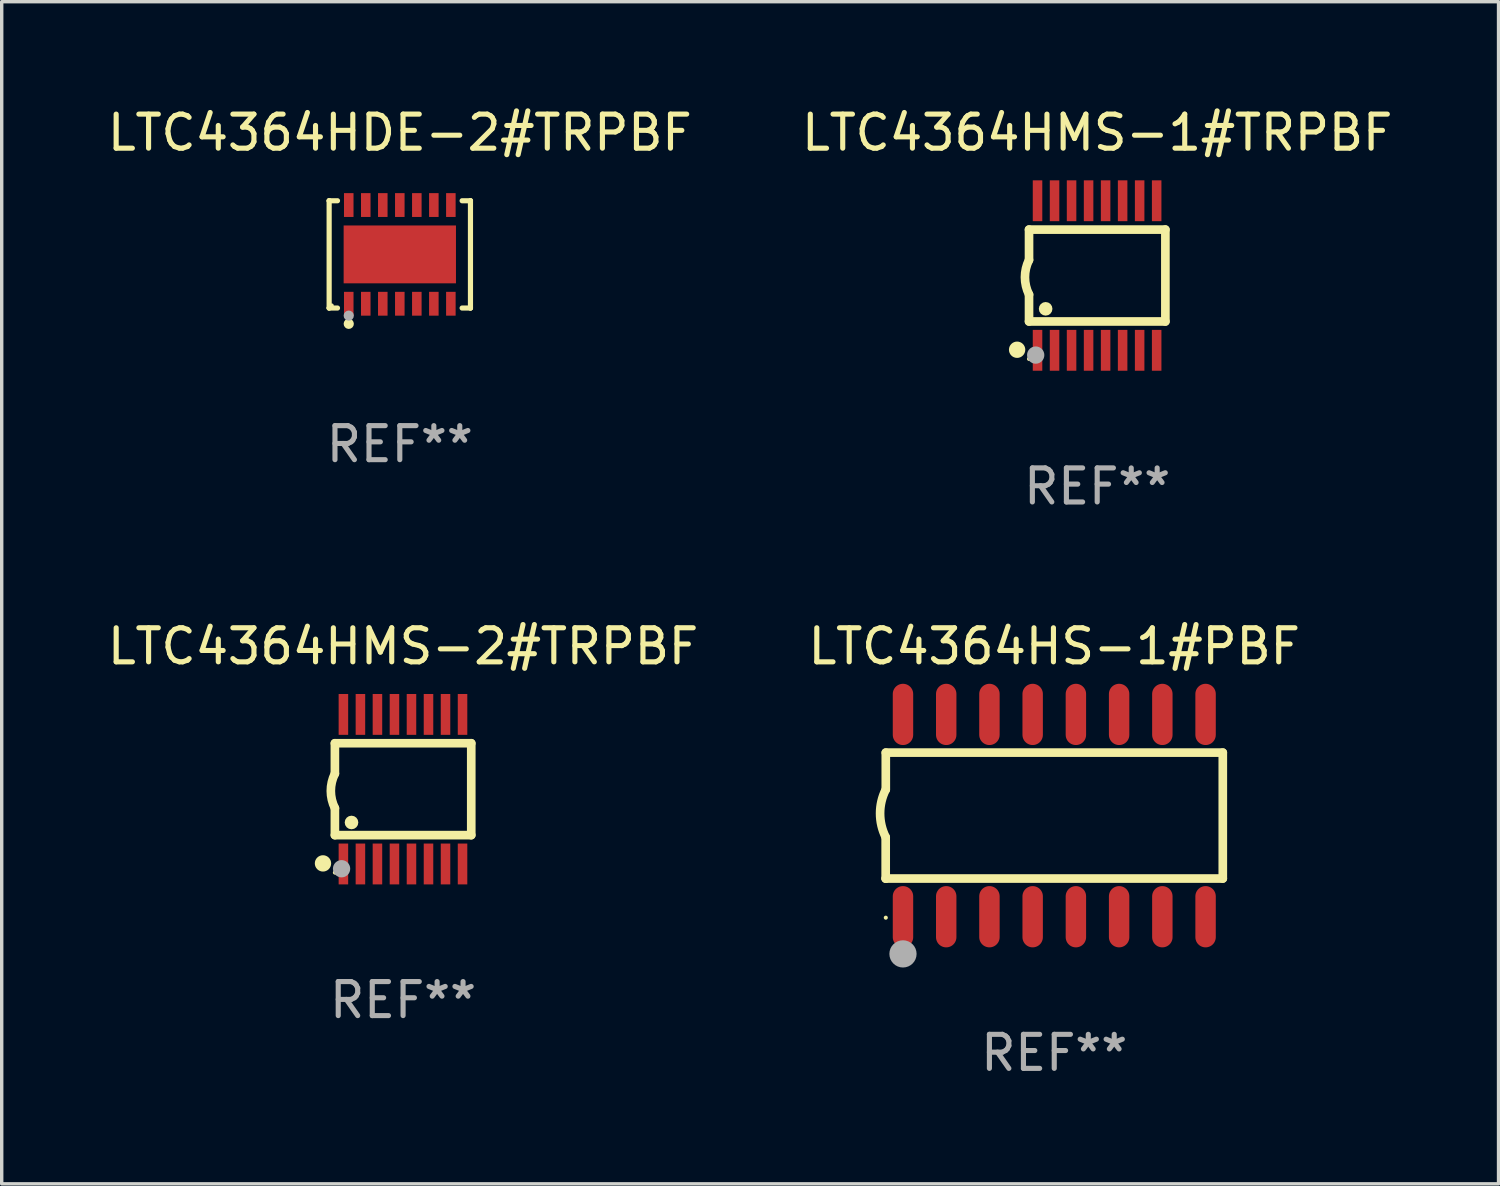
<source format=kicad_pcb>
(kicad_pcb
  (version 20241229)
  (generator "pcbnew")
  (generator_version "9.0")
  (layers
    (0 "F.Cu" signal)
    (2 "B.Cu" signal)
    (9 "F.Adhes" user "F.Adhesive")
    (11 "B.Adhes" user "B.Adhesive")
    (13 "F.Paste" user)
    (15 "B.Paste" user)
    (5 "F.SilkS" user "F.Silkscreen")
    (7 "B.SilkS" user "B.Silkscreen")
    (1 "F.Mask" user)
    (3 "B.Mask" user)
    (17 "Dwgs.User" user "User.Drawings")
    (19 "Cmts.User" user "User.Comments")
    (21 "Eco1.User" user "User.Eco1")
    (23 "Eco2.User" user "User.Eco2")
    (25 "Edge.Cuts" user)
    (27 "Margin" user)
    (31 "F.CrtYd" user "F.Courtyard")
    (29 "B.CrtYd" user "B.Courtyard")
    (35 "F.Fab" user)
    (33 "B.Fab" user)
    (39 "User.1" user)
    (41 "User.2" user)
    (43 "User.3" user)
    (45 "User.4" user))
  (footprint "LTC4364HS-1#PBF"
    (layer "F.Cu")
    (at 27.923 20.911)
    (property "Reference" "LTC4364HS-1#PBF" (at 0 -4.972 0) (layer "F.SilkS") (effects (font (size 1 1) (thickness 0.15))))
    (attr through_hole)
    (fp_line (start -4.952 0.635) (end -4.952 1.85) (stroke (width 0.254) (type solid)) (layer "F.SilkS"))
    (fp_line (start -4.952 1.85) (end -4.949 1.85) (stroke (width 0.254) (type solid)) (layer "F.SilkS"))
    (fp_line (start -4.949 -1.85) (end -4.949 -0.762) (stroke (width 0.254) (type solid)) (layer "F.SilkS"))
    (fp_line (start -4.949 1.85) (end 4.952 1.85) (stroke (width 0.254) (type solid)) (layer "F.SilkS"))
    (fp_line (start 4.952 -1.85) (end -4.949 -1.85) (stroke (width 0.254) (type solid)) (layer "F.SilkS"))
    (fp_line (start 4.952 1.85) (end 4.952 -1.85) (stroke (width 0.254) (type solid)) (layer "F.SilkS"))
    (fp_arc (start -4.951524 0.635001) (mid -5.116418 -0.0635) (end -4.951524 -0.762002) (stroke (width 0.254001) (type solid)) (layer "F.SilkS"))
    (fp_circle (center -4.949 3) (end -4.919 3) (stroke (width 0.06) (type solid)) (fill no) (layer "F.SilkS"))
    (fp_circle (center -4.444 4.064) (end -4.244 4.064) (stroke (width 0.4) (type solid)) (fill no) (layer "F.Fab"))
    (fp_text user "REF**" (at 0 6.972 0) (layer "F.Fab") (effects (font (size 1 1) (thickness 0.15))))
    (pad "1" smd oval (at -4.444 2.972 180) (size 0.6 1.8) (layers "F.Cu" "F.Mask" "F.Paste"))
    (pad "2" smd oval (at -3.174 2.972 180) (size 0.6 1.8) (layers "F.Cu" "F.Mask" "F.Paste"))
    (pad "3" smd oval (at -1.904 2.972 180) (size 0.6 1.8) (layers "F.Cu" "F.Mask" "F.Paste"))
    (pad "4" smd oval (at -0.634 2.972 180) (size 0.6 1.8) (layers "F.Cu" "F.Mask" "F.Paste"))
    (pad "5" smd oval (at 0.636 2.972 180) (size 0.6 1.8) (layers "F.Cu" "F.Mask" "F.Paste"))
    (pad "6" smd oval (at 1.906 2.972 180) (size 0.6 1.8) (layers "F.Cu" "F.Mask" "F.Paste"))
    (pad "7" smd oval (at 3.176 2.972 180) (size 0.6 1.8) (layers "F.Cu" "F.Mask" "F.Paste"))
    (pad "8" smd oval (at 4.446 2.972 180) (size 0.6 1.8) (layers "F.Cu" "F.Mask" "F.Paste"))
    (pad "9" smd oval (at 4.446 -2.972 180) (size 0.6 1.8) (layers "F.Cu" "F.Mask" "F.Paste"))
    (pad "10" smd oval (at 3.176 -2.972 180) (size 0.6 1.8) (layers "F.Cu" "F.Mask" "F.Paste"))
    (pad "11" smd oval (at 1.906 -2.972 180) (size 0.6 1.8) (layers "F.Cu" "F.Mask" "F.Paste"))
    (pad "12" smd oval (at 0.636 -2.972 180) (size 0.6 1.8) (layers "F.Cu" "F.Mask" "F.Paste"))
    (pad "13" smd oval (at -0.634 -2.972 180) (size 0.6 1.8) (layers "F.Cu" "F.Mask" "F.Paste"))
    (pad "14" smd oval (at -1.904 -2.972 180) (size 0.6 1.8) (layers "F.Cu" "F.Mask" "F.Paste"))
    (pad "15" smd oval (at -3.174 -2.972 180) (size 0.6 1.8) (layers "F.Cu" "F.Mask" "F.Paste"))
    (pad "16" smd oval (at -4.444 -2.972 180) (size 0.6 1.8) (layers "F.Cu" "F.Mask" "F.Paste")))
  (footprint "LTC4364HDE-2#TRPBF"
    (layer "F.Cu")
    (at 8.696 4.424)
    (property "Reference" "LTC4364HDE-2#TRPBF" (at 0 -3.576 0) (layer "F.SilkS") (effects (font (size 1 1) (thickness 0.15))))
    (attr through_hole)
    (fp_line (start -2.076 -1.576) (end -2.076 -1.576) (stroke (width 0.152) (type solid)) (layer "F.SilkS"))
    (fp_line (start -2.076 -1.576) (end -1.831 -1.576) (stroke (width 0.152) (type solid)) (layer "F.SilkS"))
    (fp_line (start -2.076 1.576) (end -2.076 -1.576) (stroke (width 0.152) (type solid)) (layer "F.SilkS"))
    (fp_line (start -2.076 1.576) (end -2.076 1.576) (stroke (width 0.152) (type solid)) (layer "F.SilkS"))
    (fp_line (start -1.831 1.576) (end -2.076 1.576) (stroke (width 0.152) (type solid)) (layer "F.SilkS"))
    (fp_line (start 1.831 1.576) (end 2.076 1.576) (stroke (width 0.152) (type solid)) (layer "F.SilkS"))
    (fp_line (start 2.076 -1.576) (end 1.831 -1.576) (stroke (width 0.152) (type solid)) (layer "F.SilkS"))
    (fp_line (start 2.076 -1.576) (end 2.076 -1.576) (stroke (width 0.152) (type solid)) (layer "F.SilkS"))
    (fp_line (start 2.076 1.576) (end 2.076 -1.576) (stroke (width 0.152) (type solid)) (layer "F.SilkS"))
    (fp_line (start 2.076 1.576) (end 2.076 1.576) (stroke (width 0.152) (type solid)) (layer "F.SilkS"))
    (fp_circle (center -2 1.5) (end -1.97 1.5) (stroke (width 0.06) (type solid)) (fill no) (layer "F.SilkS"))
    (fp_circle (center -1.5 2.04) (end -1.425 2.04) (stroke (width 0.15) (type solid)) (fill no) (layer "F.SilkS"))
    (fp_circle (center -1.5 1.8) (end -1.425 1.8) (stroke (width 0.15) (type solid)) (fill no) (layer "F.Fab"))
    (fp_text user "REF**" (at 0 5.576 0) (layer "F.Fab") (effects (font (size 1 1) (thickness 0.15))))
    (pad "1" smd rect (at -1.5 1.45) (size 0.28 0.7) (layers "F.Cu" "F.Mask" "F.Paste"))
    (pad "2" smd rect (at -1 1.45) (size 0.28 0.7) (layers "F.Cu" "F.Mask" "F.Paste"))
    (pad "3" smd rect (at -0.5 1.45) (size 0.28 0.7) (layers "F.Cu" "F.Mask" "F.Paste"))
    (pad "4" smd rect (at 0 1.45) (size 0.28 0.7) (layers "F.Cu" "F.Mask" "F.Paste"))
    (pad "5" smd rect (at 0.5 1.45) (size 0.28 0.7) (layers "F.Cu" "F.Mask" "F.Paste"))
    (pad "6" smd rect (at 1 1.45) (size 0.28 0.7) (layers "F.Cu" "F.Mask" "F.Paste"))
    (pad "7" smd rect (at 1.5 1.45) (size 0.28 0.7) (layers "F.Cu" "F.Mask" "F.Paste"))
    (pad "8" smd rect (at 1.5 -1.45) (size 0.28 0.7) (layers "F.Cu" "F.Mask" "F.Paste"))
    (pad "9" smd rect (at 1 -1.45) (size 0.28 0.7) (layers "F.Cu" "F.Mask" "F.Paste"))
    (pad "10" smd rect (at 0.5 -1.45) (size 0.28 0.7) (layers "F.Cu" "F.Mask" "F.Paste"))
    (pad "11" smd rect (at 0 -1.45) (size 0.28 0.7) (layers "F.Cu" "F.Mask" "F.Paste"))
    (pad "12" smd rect (at -0.5 -1.45) (size 0.28 0.7) (layers "F.Cu" "F.Mask" "F.Paste"))
    (pad "13" smd rect (at -1 -1.45) (size 0.28 0.7) (layers "F.Cu" "F.Mask" "F.Paste"))
    (pad "14" smd rect (at -1.5 -1.45) (size 0.28 0.7) (layers "F.Cu" "F.Mask" "F.Paste"))
    (pad "15" smd rect (at 0 0) (size 3.3 1.7) (layers "F.Cu" "F.Mask" "F.Paste")))
  (footprint "LTC4364HMS-1#TRPBF"
    (layer "F.Cu")
    (at 29.185 5.045)
    (property "Reference" "LTC4364HMS-1#TRPBF" (at 0 -4.197 0) (layer "F.SilkS") (effects (font (size 1 1) (thickness 0.15))))
    (attr through_hole)
    (fp_line (start -2.003 -1.35) (end -2.003 -0.457) (stroke (width 0.254) (type solid)) (layer "F.SilkS"))
    (fp_line (start -2.003 -1.35) (end 2.003 -1.35) (stroke (width 0.254) (type solid)) (layer "F.SilkS"))
    (fp_line (start -2.003 1.35) (end -2.003 0.559) (stroke (width 0.254) (type solid)) (layer "F.SilkS"))
    (fp_line (start -2.003 1.35) (end 2.003 1.35) (stroke (width 0.254) (type solid)) (layer "F.SilkS"))
    (fp_line (start 2.003 -1.35) (end 2.003 1.35) (stroke (width 0.254) (type solid)) (layer "F.SilkS"))
    (fp_arc (start -2.002286 0.558802) (mid -2.122556 0.05092) (end -2.003302 -0.457201) (stroke (width 0.254001) (type solid)) (layer "F.SilkS"))
    (fp_circle (center -2.353 2.18) (end -2.233 2.18) (stroke (width 0.24) (type solid)) (fill no) (layer "F.SilkS"))
    (fp_circle (center -2.003 2.45) (end -1.973 2.45) (stroke (width 0.06) (type solid)) (fill no) (layer "F.SilkS"))
    (fp_circle (center -1.515 0.978) (end -1.415 0.978) (stroke (width 0.2) (type solid)) (fill no) (layer "F.SilkS"))
    (fp_circle (center -1.807 2.337) (end -1.68 2.337) (stroke (width 0.254) (type solid)) (fill no) (layer "F.Fab"))
    (fp_text user "REF**" (at 0 6.197 0) (layer "F.Fab") (effects (font (size 1 1) (thickness 0.15))))
    (pad "1" smd rect (at -1.753 2.197 90) (size 1.2 0.28) (layers "F.Cu" "F.Mask" "F.Paste"))
    (pad "2" smd rect (at -1.253 2.197 90) (size 1.2 0.28) (layers "F.Cu" "F.Mask" "F.Paste"))
    (pad "3" smd rect (at -0.753 2.197 90) (size 1.2 0.28) (layers "F.Cu" "F.Mask" "F.Paste"))
    (pad "4" smd rect (at -0.253 2.197 90) (size 1.2 0.28) (layers "F.Cu" "F.Mask" "F.Paste"))
    (pad "5" smd rect (at 0.247 2.197 90) (size 1.2 0.28) (layers "F.Cu" "F.Mask" "F.Paste"))
    (pad "6" smd rect (at 0.747 2.197 90) (size 1.2 0.28) (layers "F.Cu" "F.Mask" "F.Paste"))
    (pad "7" smd rect (at 1.247 2.197 90) (size 1.2 0.28) (layers "F.Cu" "F.Mask" "F.Paste"))
    (pad "8" smd rect (at 1.747 2.197 90) (size 1.2 0.28) (layers "F.Cu" "F.Mask" "F.Paste"))
    (pad "9" smd rect (at 1.747 -2.197 90) (size 1.2 0.28) (layers "F.Cu" "F.Mask" "F.Paste"))
    (pad "10" smd rect (at 1.247 -2.197 90) (size 1.2 0.28) (layers "F.Cu" "F.Mask" "F.Paste"))
    (pad "11" smd rect (at 0.747 -2.197 90) (size 1.2 0.28) (layers "F.Cu" "F.Mask" "F.Paste"))
    (pad "12" smd rect (at 0.247 -2.197 90) (size 1.2 0.28) (layers "F.Cu" "F.Mask" "F.Paste"))
    (pad "13" smd rect (at -0.253 -2.197 90) (size 1.2 0.28) (layers "F.Cu" "F.Mask" "F.Paste"))
    (pad "14" smd rect (at -0.753 -2.197 90) (size 1.2 0.28) (layers "F.Cu" "F.Mask" "F.Paste"))
    (pad "15" smd rect (at -1.253 -2.197 90) (size 1.2 0.28) (layers "F.Cu" "F.Mask" "F.Paste"))
    (pad "16" smd rect (at -1.753 -2.197 90) (size 1.2 0.28) (layers "F.Cu" "F.Mask" "F.Paste")))
  (footprint "LTC4364HMS-2#TRPBF"
    (layer "F.Cu")
    (at 8.792 20.136)
    (property "Reference" "LTC4364HMS-2#TRPBF" (at 0 -4.197 0) (layer "F.SilkS") (effects (font (size 1 1) (thickness 0.15))))
    (attr through_hole)
    (fp_line (start -2.003 -1.35) (end -2.003 -0.457) (stroke (width 0.254) (type solid)) (layer "F.SilkS"))
    (fp_line (start -2.003 -1.35) (end 2.003 -1.35) (stroke (width 0.254) (type solid)) (layer "F.SilkS"))
    (fp_line (start -2.003 1.35) (end -2.003 0.559) (stroke (width 0.254) (type solid)) (layer "F.SilkS"))
    (fp_line (start -2.003 1.35) (end 2.003 1.35) (stroke (width 0.254) (type solid)) (layer "F.SilkS"))
    (fp_line (start 2.003 -1.35) (end 2.003 1.35) (stroke (width 0.254) (type solid)) (layer "F.SilkS"))
    (fp_arc (start -2.002286 0.558802) (mid -2.122556 0.05092) (end -2.003302 -0.457201) (stroke (width 0.254001) (type solid)) (layer "F.SilkS"))
    (fp_circle (center -2.353 2.18) (end -2.233 2.18) (stroke (width 0.24) (type solid)) (fill no) (layer "F.SilkS"))
    (fp_circle (center -2.003 2.45) (end -1.973 2.45) (stroke (width 0.06) (type solid)) (fill no) (layer "F.SilkS"))
    (fp_circle (center -1.515 0.978) (end -1.415 0.978) (stroke (width 0.2) (type solid)) (fill no) (layer "F.SilkS"))
    (fp_circle (center -1.807 2.337) (end -1.68 2.337) (stroke (width 0.254) (type solid)) (fill no) (layer "F.Fab"))
    (fp_text user "REF**" (at 0 6.197 0) (layer "F.Fab") (effects (font (size 1 1) (thickness 0.15))))
    (pad "1" smd rect (at -1.753 2.197 90) (size 1.2 0.28) (layers "F.Cu" "F.Mask" "F.Paste"))
    (pad "2" smd rect (at -1.253 2.197 90) (size 1.2 0.28) (layers "F.Cu" "F.Mask" "F.Paste"))
    (pad "3" smd rect (at -0.753 2.197 90) (size 1.2 0.28) (layers "F.Cu" "F.Mask" "F.Paste"))
    (pad "4" smd rect (at -0.253 2.197 90) (size 1.2 0.28) (layers "F.Cu" "F.Mask" "F.Paste"))
    (pad "5" smd rect (at 0.247 2.197 90) (size 1.2 0.28) (layers "F.Cu" "F.Mask" "F.Paste"))
    (pad "6" smd rect (at 0.747 2.197 90) (size 1.2 0.28) (layers "F.Cu" "F.Mask" "F.Paste"))
    (pad "7" smd rect (at 1.247 2.197 90) (size 1.2 0.28) (layers "F.Cu" "F.Mask" "F.Paste"))
    (pad "8" smd rect (at 1.747 2.197 90) (size 1.2 0.28) (layers "F.Cu" "F.Mask" "F.Paste"))
    (pad "9" smd rect (at 1.747 -2.197 90) (size 1.2 0.28) (layers "F.Cu" "F.Mask" "F.Paste"))
    (pad "10" smd rect (at 1.247 -2.197 90) (size 1.2 0.28) (layers "F.Cu" "F.Mask" "F.Paste"))
    (pad "11" smd rect (at 0.747 -2.197 90) (size 1.2 0.28) (layers "F.Cu" "F.Mask" "F.Paste"))
    (pad "12" smd rect (at 0.247 -2.197 90) (size 1.2 0.28) (layers "F.Cu" "F.Mask" "F.Paste"))
    (pad "13" smd rect (at -0.253 -2.197 90) (size 1.2 0.28) (layers "F.Cu" "F.Mask" "F.Paste"))
    (pad "14" smd rect (at -0.753 -2.197 90) (size 1.2 0.28) (layers "F.Cu" "F.Mask" "F.Paste"))
    (pad "15" smd rect (at -1.253 -2.197 90) (size 1.2 0.28) (layers "F.Cu" "F.Mask" "F.Paste"))
    (pad "16" smd rect (at -1.753 -2.197 90) (size 1.2 0.28) (layers "F.Cu" "F.Mask" "F.Paste")))
  (gr_rect
    (start -3 -3)
    (end 40.976 31.731)
    (stroke (width 0.1) (type default))
    (fill no)
    (layer "Edge.Cuts")))
</source>
